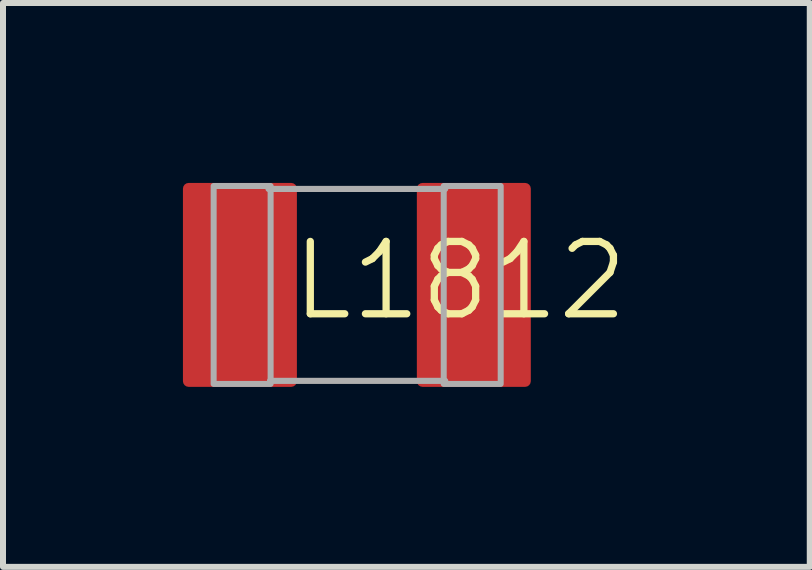
<source format=kicad_pcb>
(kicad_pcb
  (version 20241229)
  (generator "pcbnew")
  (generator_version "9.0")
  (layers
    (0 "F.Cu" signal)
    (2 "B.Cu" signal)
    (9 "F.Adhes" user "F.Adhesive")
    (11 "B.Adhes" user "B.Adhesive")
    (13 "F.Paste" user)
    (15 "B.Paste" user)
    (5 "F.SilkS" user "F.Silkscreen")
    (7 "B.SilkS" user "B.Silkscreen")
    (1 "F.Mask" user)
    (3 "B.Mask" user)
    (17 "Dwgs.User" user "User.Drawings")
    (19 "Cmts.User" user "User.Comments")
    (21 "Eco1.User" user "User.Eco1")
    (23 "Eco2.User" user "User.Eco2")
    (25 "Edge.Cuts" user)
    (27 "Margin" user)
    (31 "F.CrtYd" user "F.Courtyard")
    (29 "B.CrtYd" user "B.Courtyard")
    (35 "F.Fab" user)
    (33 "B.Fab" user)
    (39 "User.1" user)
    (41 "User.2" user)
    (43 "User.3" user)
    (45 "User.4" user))
  (footprint "L1812"
    (layer "F.Cu")
    (at 2.9 1.7)
    (property "Reference" "L1812" (at -1.143 0.635 0) (layer "F.SilkS") (effects (font (size 1.206 1.206) (thickness 0.121)) (justify left bottom)))
    (attr through_hole)
    (fp_line (start -1.473 -1.6) (end 1.473 -1.6) (stroke (width 0.102) (type solid)) (layer "F.Fab"))
    (fp_line (start -1.448 1.6) (end 1.473 1.6) (stroke (width 0.102) (type solid)) (layer "F.Fab"))
    (fp_poly (pts (xy -2.388 1.651) (xy -1.438 1.651) (xy -1.438 -1.649) (xy -2.388 -1.649)) (stroke (width 0.1) (type solid)) (fill no) (layer "F.Fab"))
    (fp_poly (pts (xy 1.448 1.651) (xy 2.398 1.651) (xy 2.398 -1.649) (xy 1.448 -1.649)) (stroke (width 0.1) (type solid)) (fill no) (layer "F.Fab"))
    (pad "1" smd roundrect (at -1.95 0) (size 1.9 3.4) (layers "F.Cu" "F.Mask" "F.Paste") (roundrect_rratio 0.05))
    (pad "2" smd roundrect (at 1.95 0) (size 1.9 3.4) (layers "F.Cu" "F.Mask" "F.Paste") (roundrect_rratio 0.05)))
  (gr_rect
    (start -3 -3)
    (end 10.451 6.401)
    (stroke (width 0.1) (type default))
    (fill no)
    (layer "Edge.Cuts")))
</source>
